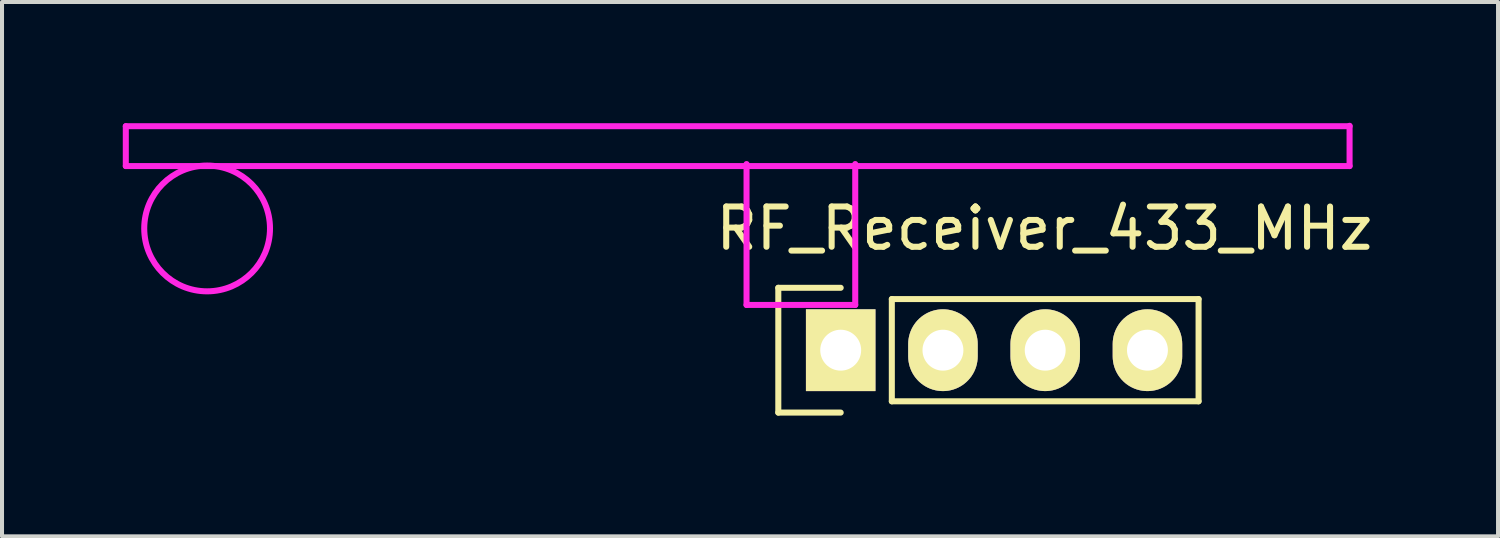
<source format=kicad_pcb>
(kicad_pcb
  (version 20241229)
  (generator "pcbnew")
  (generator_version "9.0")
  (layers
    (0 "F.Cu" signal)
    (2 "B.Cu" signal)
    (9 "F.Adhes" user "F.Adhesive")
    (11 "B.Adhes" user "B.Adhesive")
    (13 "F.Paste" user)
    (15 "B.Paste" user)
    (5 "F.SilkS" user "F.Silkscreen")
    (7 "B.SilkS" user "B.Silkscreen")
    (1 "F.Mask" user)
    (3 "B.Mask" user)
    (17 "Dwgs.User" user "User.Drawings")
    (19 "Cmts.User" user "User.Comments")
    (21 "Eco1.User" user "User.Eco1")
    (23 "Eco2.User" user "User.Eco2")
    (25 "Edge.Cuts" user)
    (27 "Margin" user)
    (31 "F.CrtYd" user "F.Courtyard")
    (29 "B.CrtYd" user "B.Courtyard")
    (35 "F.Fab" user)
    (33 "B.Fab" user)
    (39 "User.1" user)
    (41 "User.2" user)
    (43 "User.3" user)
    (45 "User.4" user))
  (footprint "RF_Receiver_433_MHz"
    (layer "F.Cu")
    (at 22.895 5.625)
    (property "Reference" "RF_Receiver_433_MHz" (at 0 -3 0) (layer "F.SilkS") (effects (font (size 1 1) (thickness 0.15))))
    (attr through_hole)
    (fp_line (start -6.611 -1.526) (end -5.061 -1.526) (stroke (width 0.15) (type solid)) (layer "F.SilkS"))
    (fp_line (start -6.611 1.574) (end -6.611 -1.526) (stroke (width 0.15) (type solid)) (layer "F.SilkS"))
    (fp_line (start -5.061 1.574) (end -6.611 1.574) (stroke (width 0.15) (type solid)) (layer "F.SilkS"))
    (fp_line (start -3.791 -1.246) (end -3.791 1.294) (stroke (width 0.15) (type solid)) (layer "F.SilkS"))
    (fp_line (start -3.791 -1.246) (end 3.829 -1.246) (stroke (width 0.15) (type solid)) (layer "F.SilkS"))
    (fp_line (start -3.791 1.294) (end 3.829 1.294) (stroke (width 0.15) (type solid)) (layer "F.SilkS"))
    (fp_line (start 3.829 1.294) (end 3.829 -1.246) (stroke (width 0.15) (type solid)) (layer "F.SilkS"))
    (fp_line (start -22.82 -5.54) (end -22.82 -4.55) (stroke (width 0.15) (type solid)) (layer "F.CrtYd"))
    (fp_line (start -22.82 -4.55) (end 7.58 -4.55) (stroke (width 0.15) (type solid)) (layer "F.CrtYd"))
    (fp_line (start -7.4 -4.6) (end -7.4 -1.1) (stroke (width 0.15) (type solid)) (layer "F.CrtYd"))
    (fp_line (start -7.4 -1.1) (end -4.7 -1.1) (stroke (width 0.15) (type solid)) (layer "F.CrtYd"))
    (fp_line (start -4.7 -1.1) (end -4.7 -4.6) (stroke (width 0.15) (type solid)) (layer "F.CrtYd"))
    (fp_line (start 7.58 -5.54) (end -22.82 -5.54) (stroke (width 0.15) (type solid)) (layer "F.CrtYd"))
    (fp_line (start 7.58 -4.55) (end 7.58 -5.55) (stroke (width 0.15) (type solid)) (layer "F.CrtYd"))
    (fp_circle (center -20.8 -3) (end -19.6 -2) (stroke (width 0.15) (type solid)) (fill no) (layer "F.CrtYd"))
    (pad "1" thru_hole rect (at -5.061 0.024 90) (size 2.032 1.727) (drill 1.016) (layers "*.Cu" "*.Mask" "F.SilkS"))
    (pad "2" thru_hole oval (at -2.521 0.024 90) (size 2.032 1.727) (drill 1.016) (layers "*.Cu" "*.Mask" "F.SilkS"))
    (pad "3" thru_hole oval (at 0.019 0.024 90) (size 2.032 1.727) (drill 1.016) (layers "*.Cu" "*.Mask" "F.SilkS"))
    (pad "4" thru_hole oval (at 2.559 0.024 90) (size 2.032 1.727) (drill 1.016) (layers "*.Cu" "*.Mask" "F.SilkS")))
  (gr_rect
    (start -3 -3)
    (end 34.163 10.274)
    (stroke (width 0.1) (type default))
    (fill no)
    (layer "Edge.Cuts")))
</source>
